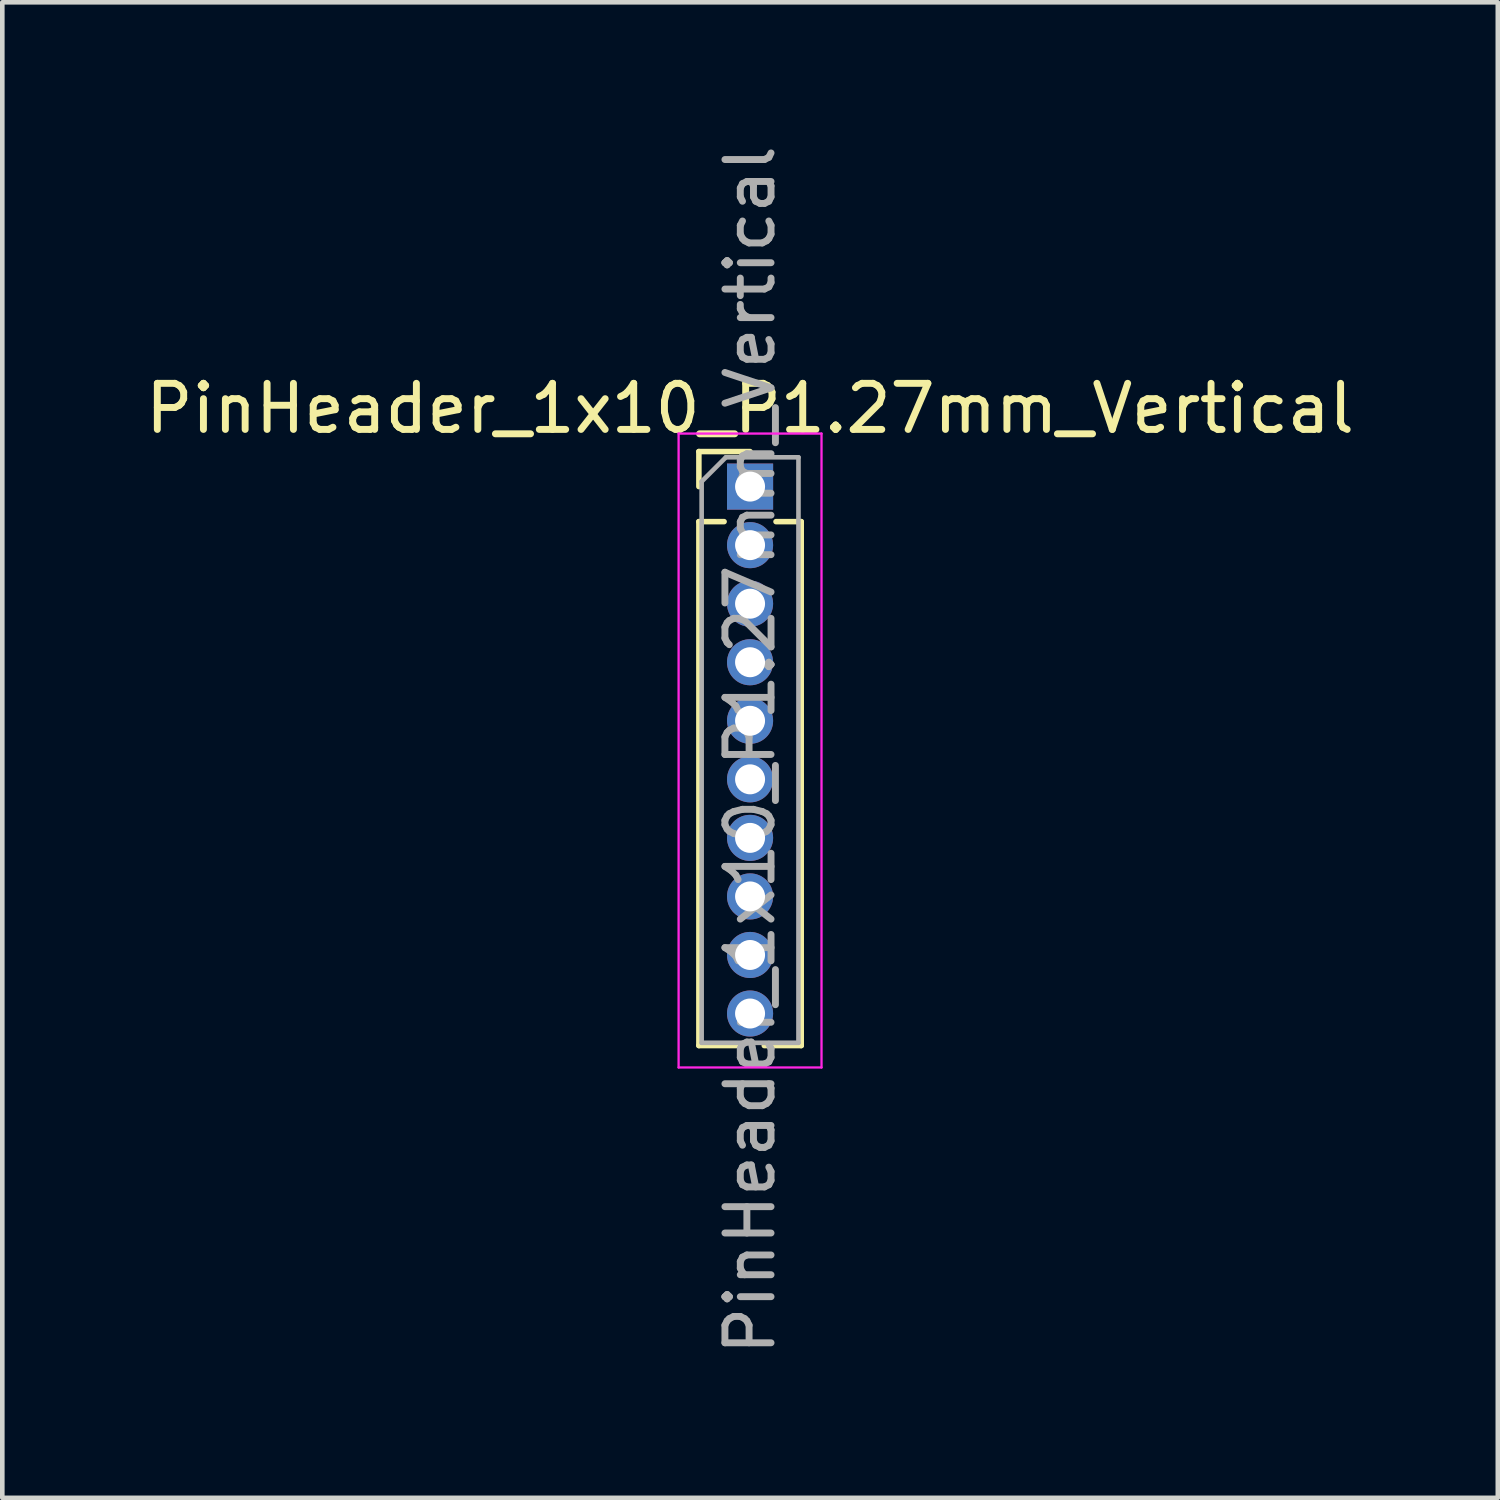
<source format=kicad_pcb>
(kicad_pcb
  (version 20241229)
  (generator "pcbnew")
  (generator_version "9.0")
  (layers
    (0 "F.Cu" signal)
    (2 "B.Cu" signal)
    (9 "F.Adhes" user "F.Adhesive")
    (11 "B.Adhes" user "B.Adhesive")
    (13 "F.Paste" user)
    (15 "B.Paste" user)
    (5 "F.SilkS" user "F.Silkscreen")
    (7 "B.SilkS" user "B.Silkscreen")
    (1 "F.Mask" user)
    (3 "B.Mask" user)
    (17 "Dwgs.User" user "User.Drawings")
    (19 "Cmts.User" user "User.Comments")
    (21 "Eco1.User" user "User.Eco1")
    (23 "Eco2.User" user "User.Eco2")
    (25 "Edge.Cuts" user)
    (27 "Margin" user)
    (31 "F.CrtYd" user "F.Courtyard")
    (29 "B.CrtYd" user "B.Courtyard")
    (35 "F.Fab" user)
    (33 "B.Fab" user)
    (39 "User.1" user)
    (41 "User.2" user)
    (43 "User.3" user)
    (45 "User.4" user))
  (footprint "PinHeader_1x10_P1.27mm_Vertical"
    (layer "F.Cu")
    (at 13.22 7.505)
    (property "Reference" "PinHeader_1x10_P1.27mm_Vertical" (at 0 -1.695 0) (layer "F.SilkS") (effects (font (size 1 1) (thickness 0.15))))
    (attr through_hole)
    (fp_line (start -1.11 -0.76) (end 0 -0.76) (stroke (width 0.12) (type solid)) (layer "F.SilkS"))
    (fp_line (start -1.11 0) (end -1.11 -0.76) (stroke (width 0.12) (type solid)) (layer "F.SilkS"))
    (fp_line (start -1.11 0.76) (end -1.11 12.125) (stroke (width 0.12) (type solid)) (layer "F.SilkS"))
    (fp_line (start -1.11 0.76) (end -0.563 0.76) (stroke (width 0.12) (type solid)) (layer "F.SilkS"))
    (fp_line (start -1.11 12.125) (end -0.308 12.125) (stroke (width 0.12) (type solid)) (layer "F.SilkS"))
    (fp_line (start 0.308 12.125) (end 1.11 12.125) (stroke (width 0.12) (type solid)) (layer "F.SilkS"))
    (fp_line (start 0.563 0.76) (end 1.11 0.76) (stroke (width 0.12) (type solid)) (layer "F.SilkS"))
    (fp_line (start 1.11 0.76) (end 1.11 12.125) (stroke (width 0.12) (type solid)) (layer "F.SilkS"))
    (fp_line (start -1.55 -1.15) (end -1.55 12.6) (stroke (width 0.05) (type solid)) (layer "F.CrtYd"))
    (fp_line (start -1.55 12.6) (end 1.55 12.6) (stroke (width 0.05) (type solid)) (layer "F.CrtYd"))
    (fp_line (start 1.55 -1.15) (end -1.55 -1.15) (stroke (width 0.05) (type solid)) (layer "F.CrtYd"))
    (fp_line (start 1.55 12.6) (end 1.55 -1.15) (stroke (width 0.05) (type solid)) (layer "F.CrtYd"))
    (fp_line (start -1.05 -0.11) (end -0.525 -0.635) (stroke (width 0.1) (type solid)) (layer "F.Fab"))
    (fp_line (start -1.05 12.065) (end -1.05 -0.11) (stroke (width 0.1) (type solid)) (layer "F.Fab"))
    (fp_line (start -0.525 -0.635) (end 1.05 -0.635) (stroke (width 0.1) (type solid)) (layer "F.Fab"))
    (fp_line (start 1.05 -0.635) (end 1.05 12.065) (stroke (width 0.1) (type solid)) (layer "F.Fab"))
    (fp_line (start 1.05 12.065) (end -1.05 12.065) (stroke (width 0.1) (type solid)) (layer "F.Fab"))
    (fp_text user "${REFERENCE}" (at 0 5.715 90) (layer "F.Fab") (effects (font (size 1 1) (thickness 0.15))))
    (pad "1" thru_hole rect (at 0 0) (size 1 1) (drill 0.65) (layers "*.Cu" "*.Mask"))
    (pad "2" thru_hole oval (at 0 1.27) (size 1 1) (drill 0.65) (layers "*.Cu" "*.Mask"))
    (pad "3" thru_hole oval (at 0 2.54) (size 1 1) (drill 0.65) (layers "*.Cu" "*.Mask"))
    (pad "4" thru_hole oval (at 0 3.81) (size 1 1) (drill 0.65) (layers "*.Cu" "*.Mask"))
    (pad "5" thru_hole oval (at 0 5.08) (size 1 1) (drill 0.65) (layers "*.Cu" "*.Mask"))
    (pad "6" thru_hole oval (at 0 6.35) (size 1 1) (drill 0.65) (layers "*.Cu" "*.Mask"))
    (pad "7" thru_hole oval (at 0 7.62) (size 1 1) (drill 0.65) (layers "*.Cu" "*.Mask"))
    (pad "8" thru_hole oval (at 0 8.89) (size 1 1) (drill 0.65) (layers "*.Cu" "*.Mask"))
    (pad "9" thru_hole oval (at 0 10.16) (size 1 1) (drill 0.65) (layers "*.Cu" "*.Mask"))
    (pad "10" thru_hole oval (at 0 11.43) (size 1 1) (drill 0.65) (layers "*.Cu" "*.Mask")))
  (gr_rect
    (start -3 -3)
    (end 29.44 29.44)
    (stroke (width 0.1) (type default))
    (fill no)
    (layer "Edge.Cuts")))
</source>
